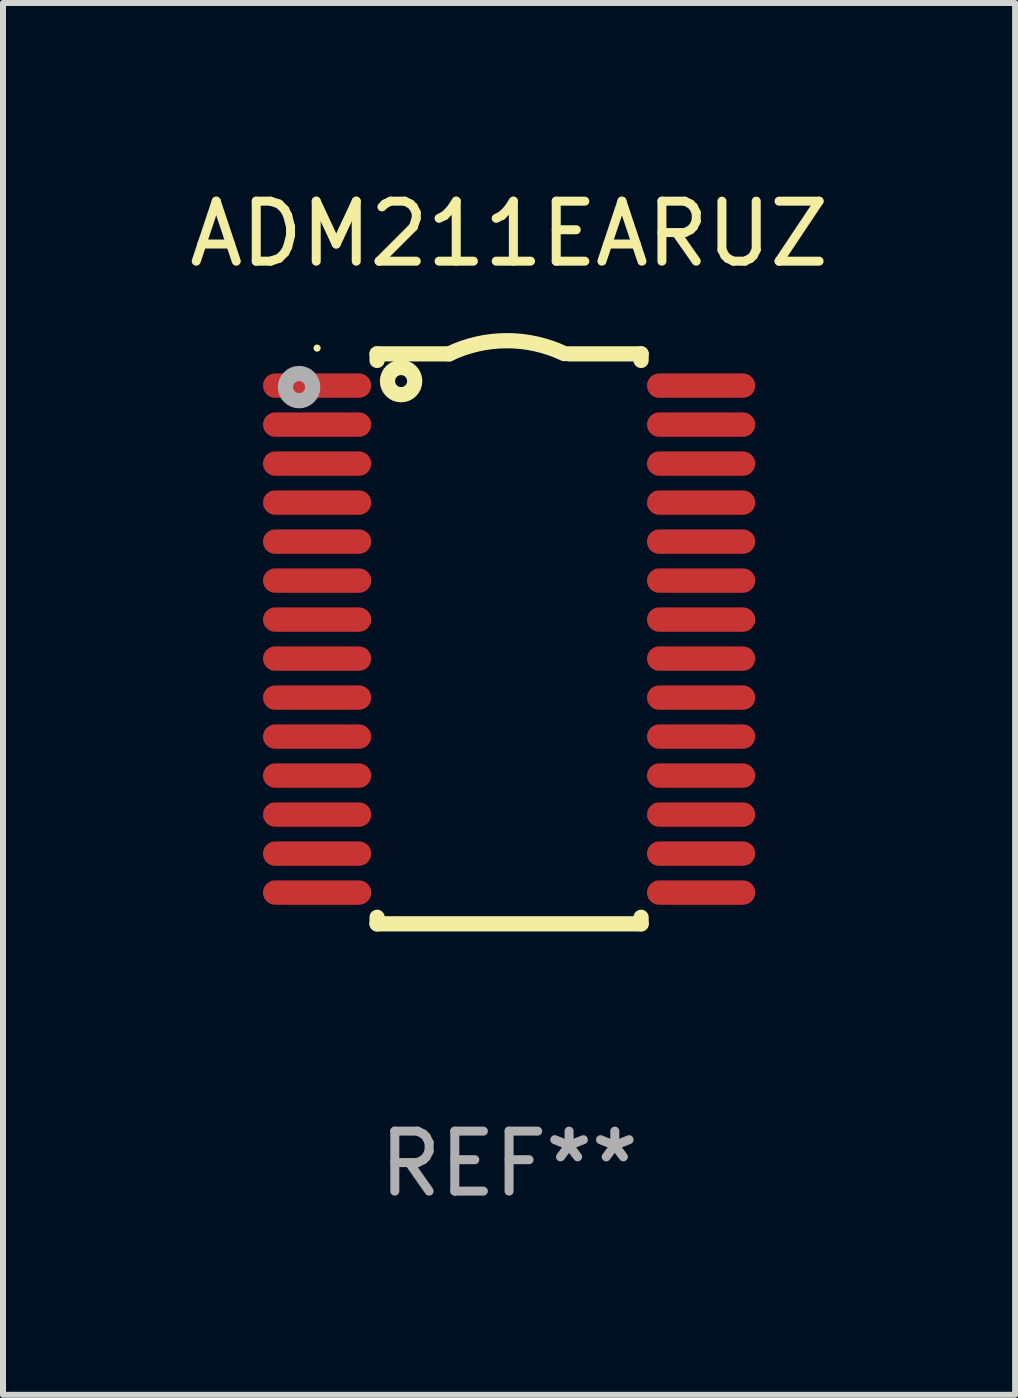
<source format=kicad_pcb>
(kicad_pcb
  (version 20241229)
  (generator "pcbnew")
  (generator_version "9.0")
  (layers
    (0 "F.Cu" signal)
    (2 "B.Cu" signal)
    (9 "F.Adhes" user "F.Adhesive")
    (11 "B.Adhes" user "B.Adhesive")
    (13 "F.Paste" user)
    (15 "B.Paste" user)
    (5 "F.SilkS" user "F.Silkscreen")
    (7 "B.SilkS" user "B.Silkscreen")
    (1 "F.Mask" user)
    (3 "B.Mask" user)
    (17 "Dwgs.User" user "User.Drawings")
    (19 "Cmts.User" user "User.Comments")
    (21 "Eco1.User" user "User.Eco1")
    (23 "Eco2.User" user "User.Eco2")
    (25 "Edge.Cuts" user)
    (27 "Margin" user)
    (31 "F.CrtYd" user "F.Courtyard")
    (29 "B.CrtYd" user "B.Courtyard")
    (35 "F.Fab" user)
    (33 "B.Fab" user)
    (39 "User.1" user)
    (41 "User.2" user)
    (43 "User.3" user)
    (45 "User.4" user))
  (footprint "ADM211EARUZ"
    (layer "F.Cu")
    (at 5.435 7.598)
    (property "Reference" "ADM211EARUZ" (at 0 -6.75 0) (layer "F.SilkS") (effects (font (size 1 1) (thickness 0.15))))
    (attr through_hole)
    (fp_line (start -2.2 -4.75) (end -2.2 -4.641) (stroke (width 0.254) (type solid)) (layer "F.SilkS"))
    (fp_line (start -2.2 -4.75) (end -1 -4.75) (stroke (width 0.254) (type solid)) (layer "F.SilkS"))
    (fp_line (start -2.2 4.641) (end -2.2 4.75) (stroke (width 0.254) (type solid)) (layer "F.SilkS"))
    (fp_line (start -2.2 4.75) (end 2.2 4.75) (stroke (width 0.254) (type solid)) (layer "F.SilkS"))
    (fp_line (start 2.2 -4.75) (end 1 -4.75) (stroke (width 0.254) (type solid)) (layer "F.SilkS"))
    (fp_line (start 2.2 -4.75) (end 2.2 -4.641) (stroke (width 0.254) (type solid)) (layer "F.SilkS"))
    (fp_line (start 2.2 4.641) (end 2.2 4.75) (stroke (width 0.254) (type solid)) (layer "F.SilkS"))
    (fp_arc (start -1.000025 -4.750013) (mid -0.040073 -4.969719) (end 0.920777 -4.753975) (stroke (width 0.254001) (type solid)) (layer "F.SilkS"))
    (fp_circle (center -3.2 -4.846) (end -3.17 -4.846) (stroke (width 0.06) (type solid)) (fill no) (layer "F.SilkS"))
    (fp_circle (center -1.8 -4.296) (end -1.7 -4.296) (stroke (width 0.254) (type solid)) (fill no) (layer "F.SilkS"))
    (fp_circle (center -3.5 -4.196) (end -3.4 -4.196) (stroke (width 0.254) (type solid)) (fill no) (layer "F.Fab"))
    (fp_text user "REF**" (at 0 8.75 0) (layer "F.Fab") (effects (font (size 1 1) (thickness 0.15))))
    (pad "1" smd oval (at -3.2 -4.221) (size 1.803 0.406) (layers "F.Cu" "F.Mask" "F.Paste"))
    (pad "2" smd oval (at -3.2 -3.571) (size 1.803 0.406) (layers "F.Cu" "F.Mask" "F.Paste"))
    (pad "3" smd oval (at -3.2 -2.921) (size 1.803 0.406) (layers "F.Cu" "F.Mask" "F.Paste"))
    (pad "4" smd oval (at -3.2 -2.271) (size 1.803 0.406) (layers "F.Cu" "F.Mask" "F.Paste"))
    (pad "5" smd oval (at -3.2 -1.621) (size 1.803 0.406) (layers "F.Cu" "F.Mask" "F.Paste"))
    (pad "6" smd oval (at -3.2 -0.971) (size 1.803 0.406) (layers "F.Cu" "F.Mask" "F.Paste"))
    (pad "7" smd oval (at -3.2 -0.321) (size 1.803 0.406) (layers "F.Cu" "F.Mask" "F.Paste"))
    (pad "8" smd oval (at -3.2 0.329) (size 1.803 0.406) (layers "F.Cu" "F.Mask" "F.Paste"))
    (pad "9" smd oval (at -3.2 0.979) (size 1.803 0.406) (layers "F.Cu" "F.Mask" "F.Paste"))
    (pad "10" smd oval (at -3.2 1.629) (size 1.803 0.406) (layers "F.Cu" "F.Mask" "F.Paste"))
    (pad "11" smd oval (at -3.2 2.279) (size 1.803 0.406) (layers "F.Cu" "F.Mask" "F.Paste"))
    (pad "12" smd oval (at -3.2 2.929) (size 1.803 0.406) (layers "F.Cu" "F.Mask" "F.Paste"))
    (pad "13" smd oval (at -3.2 3.579) (size 1.803 0.406) (layers "F.Cu" "F.Mask" "F.Paste"))
    (pad "14" smd oval (at -3.2 4.229) (size 1.803 0.406) (layers "F.Cu" "F.Mask" "F.Paste"))
    (pad "15" smd oval (at 3.2 4.229) (size 1.803 0.406) (layers "F.Cu" "F.Mask" "F.Paste"))
    (pad "16" smd oval (at 3.2 3.579) (size 1.803 0.406) (layers "F.Cu" "F.Mask" "F.Paste"))
    (pad "17" smd oval (at 3.2 2.929) (size 1.803 0.406) (layers "F.Cu" "F.Mask" "F.Paste"))
    (pad "18" smd oval (at 3.2 2.279) (size 1.803 0.406) (layers "F.Cu" "F.Mask" "F.Paste"))
    (pad "19" smd oval (at 3.2 1.629) (size 1.803 0.406) (layers "F.Cu" "F.Mask" "F.Paste"))
    (pad "20" smd oval (at 3.2 0.979) (size 1.803 0.406) (layers "F.Cu" "F.Mask" "F.Paste"))
    (pad "21" smd oval (at 3.2 0.329) (size 1.803 0.406) (layers "F.Cu" "F.Mask" "F.Paste"))
    (pad "22" smd oval (at 3.2 -0.321) (size 1.803 0.406) (layers "F.Cu" "F.Mask" "F.Paste"))
    (pad "23" smd oval (at 3.2 -0.971) (size 1.803 0.406) (layers "F.Cu" "F.Mask" "F.Paste"))
    (pad "24" smd oval (at 3.2 -1.621) (size 1.803 0.406) (layers "F.Cu" "F.Mask" "F.Paste"))
    (pad "25" smd oval (at 3.2 -2.271) (size 1.803 0.406) (layers "F.Cu" "F.Mask" "F.Paste"))
    (pad "26" smd oval (at 3.2 -2.921) (size 1.803 0.406) (layers "F.Cu" "F.Mask" "F.Paste"))
    (pad "27" smd oval (at 3.2 -3.571) (size 1.803 0.406) (layers "F.Cu" "F.Mask" "F.Paste"))
    (pad "28" smd oval (at 3.2 -4.221) (size 1.803 0.406) (layers "F.Cu" "F.Mask" "F.Paste")))
  (gr_rect
    (start -3 -3)
    (end 13.869 20.197)
    (stroke (width 0.1) (type default))
    (fill no)
    (layer "Edge.Cuts")))
</source>
